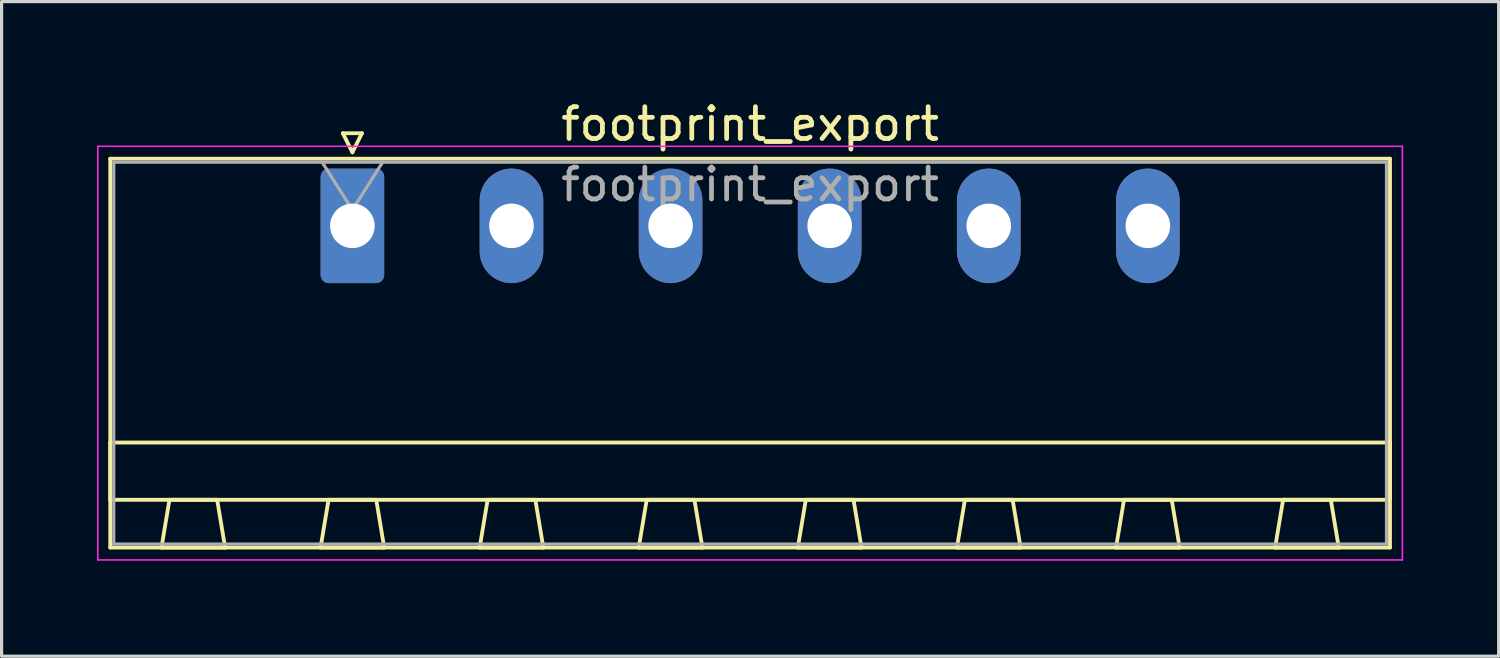
<source format=kicad_pcb>
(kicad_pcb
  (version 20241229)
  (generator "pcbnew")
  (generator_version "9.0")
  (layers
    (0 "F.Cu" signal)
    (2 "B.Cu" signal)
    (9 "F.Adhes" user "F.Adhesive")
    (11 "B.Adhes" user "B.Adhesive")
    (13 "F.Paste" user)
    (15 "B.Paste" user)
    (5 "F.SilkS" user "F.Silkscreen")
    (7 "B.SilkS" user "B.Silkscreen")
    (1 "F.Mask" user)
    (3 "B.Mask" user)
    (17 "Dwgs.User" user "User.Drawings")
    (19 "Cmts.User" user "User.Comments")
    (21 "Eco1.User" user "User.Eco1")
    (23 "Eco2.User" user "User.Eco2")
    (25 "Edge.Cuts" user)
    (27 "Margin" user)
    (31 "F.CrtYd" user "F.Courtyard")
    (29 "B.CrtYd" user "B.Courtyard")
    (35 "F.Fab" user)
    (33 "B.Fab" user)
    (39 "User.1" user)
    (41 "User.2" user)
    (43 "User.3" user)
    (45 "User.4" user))
  (footprint "footprint_export"
    (layer "F.Cu")
    (at 8.025 4.048)
    (property "Reference" "footprint_export" (at 12.5 -3.2 0) (layer "F.SilkS") (effects (font (size 1 1) (thickness 0.15))))
    (attr through_hole)
    (fp_line (start -7.61 -2.11) (end -7.61 10.11) (stroke (width 0.12) (type solid)) (layer "F.SilkS"))
    (fp_line (start -7.61 6.81) (end 32.61 6.81) (stroke (width 0.12) (type solid)) (layer "F.SilkS"))
    (fp_line (start -7.61 8.61) (end -7.61 6.81) (stroke (width 0.12) (type solid)) (layer "F.SilkS"))
    (fp_line (start -7.61 10.11) (end 32.61 10.11) (stroke (width 0.12) (type solid)) (layer "F.SilkS"))
    (fp_line (start -6 10.11) (end -4 10.11) (stroke (width 0.12) (type solid)) (layer "F.SilkS"))
    (fp_line (start -5.75 8.61) (end -6 10.11) (stroke (width 0.12) (type solid)) (layer "F.SilkS"))
    (fp_line (start -4.25 8.61) (end -5.75 8.61) (stroke (width 0.12) (type solid)) (layer "F.SilkS"))
    (fp_line (start -4 10.11) (end -4.25 8.61) (stroke (width 0.12) (type solid)) (layer "F.SilkS"))
    (fp_line (start -1 10.11) (end 1 10.11) (stroke (width 0.12) (type solid)) (layer "F.SilkS"))
    (fp_line (start -0.75 8.61) (end -1 10.11) (stroke (width 0.12) (type solid)) (layer "F.SilkS"))
    (fp_line (start -0.3 -2.91) (end 0.3 -2.91) (stroke (width 0.12) (type solid)) (layer "F.SilkS"))
    (fp_line (start 0 -2.31) (end -0.3 -2.91) (stroke (width 0.12) (type solid)) (layer "F.SilkS"))
    (fp_line (start 0.3 -2.91) (end 0 -2.31) (stroke (width 0.12) (type solid)) (layer "F.SilkS"))
    (fp_line (start 0.75 8.61) (end -0.75 8.61) (stroke (width 0.12) (type solid)) (layer "F.SilkS"))
    (fp_line (start 1 10.11) (end 0.75 8.61) (stroke (width 0.12) (type solid)) (layer "F.SilkS"))
    (fp_line (start 4 10.11) (end 6 10.11) (stroke (width 0.12) (type solid)) (layer "F.SilkS"))
    (fp_line (start 4.25 8.61) (end 4 10.11) (stroke (width 0.12) (type solid)) (layer "F.SilkS"))
    (fp_line (start 5.75 8.61) (end 4.25 8.61) (stroke (width 0.12) (type solid)) (layer "F.SilkS"))
    (fp_line (start 6 10.11) (end 5.75 8.61) (stroke (width 0.12) (type solid)) (layer "F.SilkS"))
    (fp_line (start 9 10.11) (end 11 10.11) (stroke (width 0.12) (type solid)) (layer "F.SilkS"))
    (fp_line (start 9.25 8.61) (end 9 10.11) (stroke (width 0.12) (type solid)) (layer "F.SilkS"))
    (fp_line (start 10.75 8.61) (end 9.25 8.61) (stroke (width 0.12) (type solid)) (layer "F.SilkS"))
    (fp_line (start 11 10.11) (end 10.75 8.61) (stroke (width 0.12) (type solid)) (layer "F.SilkS"))
    (fp_line (start 14 10.11) (end 16 10.11) (stroke (width 0.12) (type solid)) (layer "F.SilkS"))
    (fp_line (start 14.25 8.61) (end 14 10.11) (stroke (width 0.12) (type solid)) (layer "F.SilkS"))
    (fp_line (start 15.75 8.61) (end 14.25 8.61) (stroke (width 0.12) (type solid)) (layer "F.SilkS"))
    (fp_line (start 16 10.11) (end 15.75 8.61) (stroke (width 0.12) (type solid)) (layer "F.SilkS"))
    (fp_line (start 19 10.11) (end 21 10.11) (stroke (width 0.12) (type solid)) (layer "F.SilkS"))
    (fp_line (start 19.25 8.61) (end 19 10.11) (stroke (width 0.12) (type solid)) (layer "F.SilkS"))
    (fp_line (start 20.75 8.61) (end 19.25 8.61) (stroke (width 0.12) (type solid)) (layer "F.SilkS"))
    (fp_line (start 21 10.11) (end 20.75 8.61) (stroke (width 0.12) (type solid)) (layer "F.SilkS"))
    (fp_line (start 24 10.11) (end 26 10.11) (stroke (width 0.12) (type solid)) (layer "F.SilkS"))
    (fp_line (start 24.25 8.61) (end 24 10.11) (stroke (width 0.12) (type solid)) (layer "F.SilkS"))
    (fp_line (start 25.75 8.61) (end 24.25 8.61) (stroke (width 0.12) (type solid)) (layer "F.SilkS"))
    (fp_line (start 26 10.11) (end 25.75 8.61) (stroke (width 0.12) (type solid)) (layer "F.SilkS"))
    (fp_line (start 29 10.11) (end 31 10.11) (stroke (width 0.12) (type solid)) (layer "F.SilkS"))
    (fp_line (start 29.25 8.61) (end 29 10.11) (stroke (width 0.12) (type solid)) (layer "F.SilkS"))
    (fp_line (start 30.75 8.61) (end 29.25 8.61) (stroke (width 0.12) (type solid)) (layer "F.SilkS"))
    (fp_line (start 31 10.11) (end 30.75 8.61) (stroke (width 0.12) (type solid)) (layer "F.SilkS"))
    (fp_line (start 32.61 -2.11) (end -7.61 -2.11) (stroke (width 0.12) (type solid)) (layer "F.SilkS"))
    (fp_line (start 32.61 6.81) (end 32.61 8.61) (stroke (width 0.12) (type solid)) (layer "F.SilkS"))
    (fp_line (start 32.61 8.61) (end -7.61 8.61) (stroke (width 0.12) (type solid)) (layer "F.SilkS"))
    (fp_line (start 32.61 10.11) (end 32.61 -2.11) (stroke (width 0.12) (type solid)) (layer "F.SilkS"))
    (fp_line (start -8 -2.5) (end -8 10.5) (stroke (width 0.05) (type solid)) (layer "F.CrtYd"))
    (fp_line (start -8 10.5) (end 33 10.5) (stroke (width 0.05) (type solid)) (layer "F.CrtYd"))
    (fp_line (start 33 -2.5) (end -8 -2.5) (stroke (width 0.05) (type solid)) (layer "F.CrtYd"))
    (fp_line (start 33 10.5) (end 33 -2.5) (stroke (width 0.05) (type solid)) (layer "F.CrtYd"))
    (fp_line (start -7.5 -2) (end -7.5 10) (stroke (width 0.1) (type solid)) (layer "F.Fab"))
    (fp_line (start -7.5 10) (end 32.5 10) (stroke (width 0.1) (type solid)) (layer "F.Fab"))
    (fp_line (start 0 -0.5) (end -0.95 -2) (stroke (width 0.1) (type solid)) (layer "F.Fab"))
    (fp_line (start 0.95 -2) (end 0 -0.5) (stroke (width 0.1) (type solid)) (layer "F.Fab"))
    (fp_line (start 32.5 -2) (end -7.5 -2) (stroke (width 0.1) (type solid)) (layer "F.Fab"))
    (fp_line (start 32.5 10) (end 32.5 -2) (stroke (width 0.1) (type solid)) (layer "F.Fab"))
    (fp_text user "${REFERENCE}" (at 12.5 -1.3 0) (layer "F.Fab") (effects (font (size 1 1) (thickness 0.15))))
    (pad "1" thru_hole roundrect (at 0 0) (size 2 3.6) (drill 1.4) (layers "*.Cu" "*.Mask") (roundrect_rratio 0.125))
    (pad "2" thru_hole oval (at 5 0) (size 2 3.6) (drill 1.4) (layers "*.Cu" "*.Mask"))
    (pad "3" thru_hole oval (at 10 0) (size 2 3.6) (drill 1.4) (layers "*.Cu" "*.Mask"))
    (pad "4" thru_hole oval (at 15 0) (size 2 3.6) (drill 1.4) (layers "*.Cu" "*.Mask"))
    (pad "5" thru_hole oval (at 20 0) (size 2 3.6) (drill 1.4) (layers "*.Cu" "*.Mask"))
    (pad "6" thru_hole oval (at 25 0) (size 2 3.6) (drill 1.4) (layers "*.Cu" "*.Mask")))
  (gr_rect
    (start -3 -3)
    (end 44.05 17.573)
    (stroke (width 0.1) (type default))
    (fill no)
    (layer "Edge.Cuts")))
</source>
